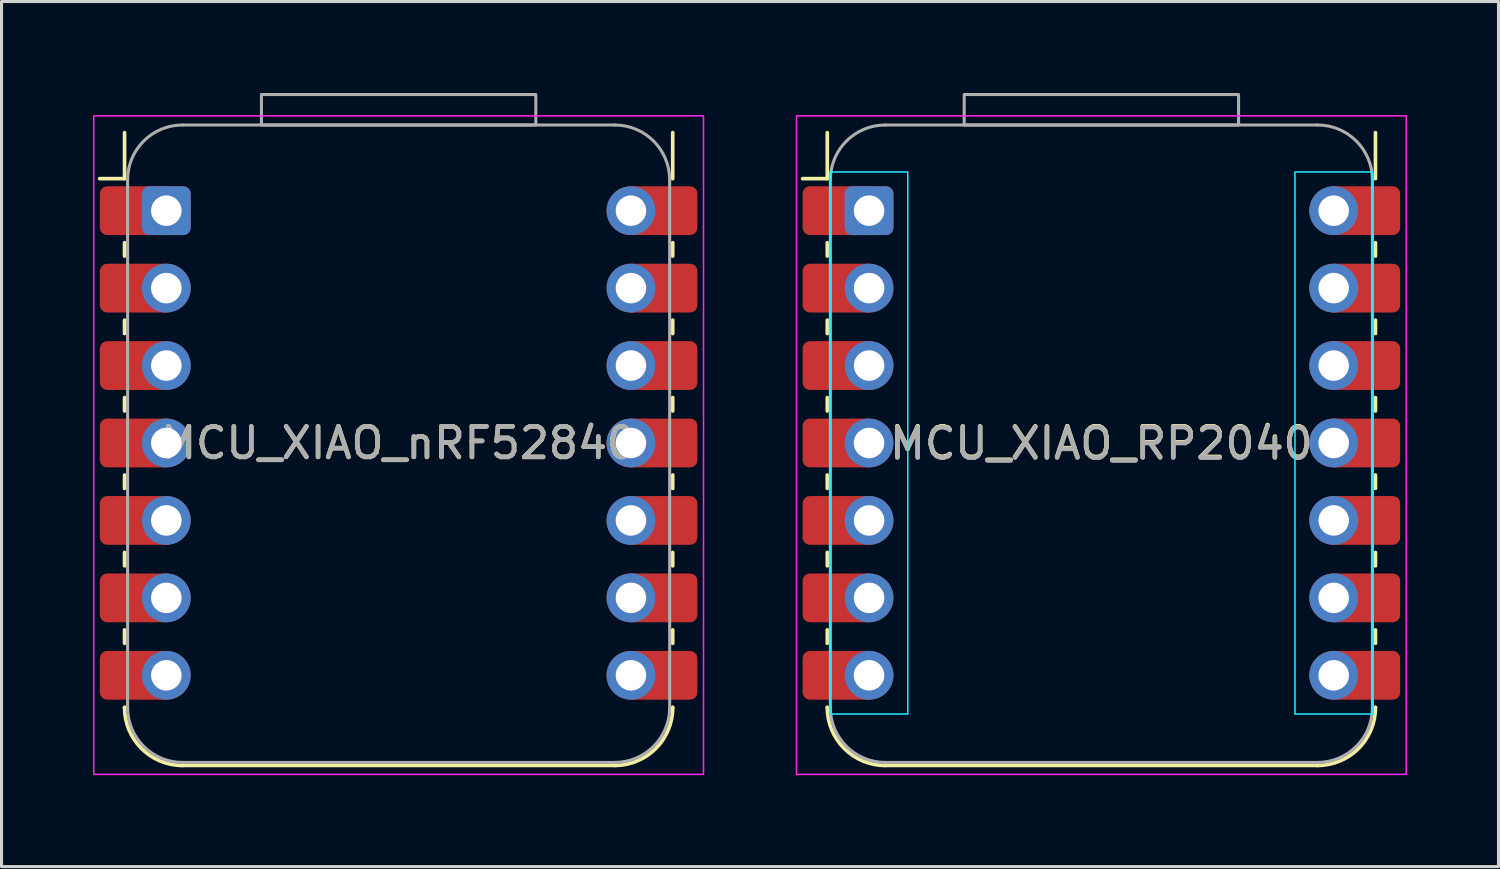
<source format=kicad_pcb>
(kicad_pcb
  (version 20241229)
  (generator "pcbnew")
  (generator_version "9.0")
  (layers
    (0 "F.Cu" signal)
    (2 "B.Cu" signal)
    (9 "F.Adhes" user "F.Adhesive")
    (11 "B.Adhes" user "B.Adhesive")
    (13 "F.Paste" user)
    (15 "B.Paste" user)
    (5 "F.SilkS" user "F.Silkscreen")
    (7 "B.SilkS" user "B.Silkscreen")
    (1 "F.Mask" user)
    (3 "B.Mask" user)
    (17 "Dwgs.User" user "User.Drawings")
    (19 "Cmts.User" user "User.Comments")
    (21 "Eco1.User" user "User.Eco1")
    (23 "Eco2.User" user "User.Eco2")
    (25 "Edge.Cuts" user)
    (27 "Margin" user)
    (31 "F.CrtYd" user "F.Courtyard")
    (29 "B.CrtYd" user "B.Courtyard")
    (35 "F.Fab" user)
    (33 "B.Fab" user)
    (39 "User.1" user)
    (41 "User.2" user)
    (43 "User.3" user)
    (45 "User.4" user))
  (footprint "MCU_XIAO_nRF52840"
    (layer "F.Cu")
    (at 10.025 3.86)
    (property "Reference" "MCU_XIAO_nRF52840" (at 0 7.62 0) (layer "F.SilkS") (effects (font (size 1 1) (thickness 0.15))))
    (attr through_hole exclude_from_pos_files exclude_from_bom)
    (fp_line (start -8.995 -1.05) (end -9.805 -1.05) (stroke (width 0.12) (type default)) (layer "F.SilkS"))
    (fp_line (start -8.99 -1.05) (end -8.99 -2.56) (stroke (width 0.12) (type default)) (layer "F.SilkS"))
    (fp_line (start -8.99 1.49) (end -8.99 1.05) (stroke (width 0.12) (type default)) (layer "F.SilkS"))
    (fp_line (start -8.99 4.03) (end -8.99 3.59) (stroke (width 0.12) (type default)) (layer "F.SilkS"))
    (fp_line (start -8.99 6.57) (end -8.99 6.13) (stroke (width 0.12) (type default)) (layer "F.SilkS"))
    (fp_line (start -8.99 9.11) (end -8.99 8.67) (stroke (width 0.12) (type default)) (layer "F.SilkS"))
    (fp_line (start -8.99 11.65) (end -8.99 11.21) (stroke (width 0.12) (type default)) (layer "F.SilkS"))
    (fp_line (start -8.99 13.75) (end -8.99 14.19) (stroke (width 0.12) (type default)) (layer "F.SilkS"))
    (fp_line (start -8.99 16.29) (end -8.99 16.297) (stroke (width 0.12) (type default)) (layer "F.SilkS"))
    (fp_line (start 7.09 18.197) (end -7.09 18.197) (stroke (width 0.12) (type default)) (layer "F.SilkS"))
    (fp_line (start 8.99 -1.05) (end 8.99 -2.56) (stroke (width 0.12) (type default)) (layer "F.SilkS"))
    (fp_line (start 8.99 1.49) (end 8.99 1.05) (stroke (width 0.12) (type default)) (layer "F.SilkS"))
    (fp_line (start 8.99 4.03) (end 8.99 3.59) (stroke (width 0.12) (type default)) (layer "F.SilkS"))
    (fp_line (start 8.99 6.57) (end 8.99 6.13) (stroke (width 0.12) (type default)) (layer "F.SilkS"))
    (fp_line (start 8.99 9.11) (end 8.99 8.67) (stroke (width 0.12) (type default)) (layer "F.SilkS"))
    (fp_line (start 8.99 11.65) (end 8.99 11.21) (stroke (width 0.12) (type default)) (layer "F.SilkS"))
    (fp_line (start 8.99 13.75) (end 8.99 14.19) (stroke (width 0.12) (type default)) (layer "F.SilkS"))
    (fp_line (start 8.99 16.29) (end 8.99 16.297) (stroke (width 0.12) (type default)) (layer "F.SilkS"))
    (fp_arc (start -7.09 18.197499) (mid -8.433503 17.641002) (end -8.99 16.2975) (stroke (width 0.12) (type default)) (layer "F.SilkS"))
    (fp_arc (start 8.989999 16.297499) (mid 8.433502 17.641002) (end 7.09 18.197499) (stroke (width 0.12) (type default)) (layer "F.SilkS"))
    (fp_rect (start -10 -3.11) (end 10 18.49) (stroke (width 0.05) (type solid)) (fill no) (layer "F.CrtYd"))
    (fp_line (start -8.89 16.297) (end -8.89 -1.01) (stroke (width 0.1) (type default)) (layer "F.Fab"))
    (fp_line (start -7.09 -2.81) (end 7.09 -2.81) (stroke (width 0.1) (type default)) (layer "F.Fab"))
    (fp_line (start 7.09 18.098) (end -7.09 18.098) (stroke (width 0.1) (type default)) (layer "F.Fab"))
    (fp_line (start 8.89 -1.01) (end 8.89 16.297) (stroke (width 0.1) (type default)) (layer "F.Fab"))
    (fp_rect (start -4.5 -3.81) (end 4.5 -2.81) (stroke (width 0.1) (type default)) (fill no) (layer "F.Fab"))
    (fp_arc (start -8.890001 -1.01) (mid -8.362793 -2.282792) (end -7.090001 -2.81) (stroke (width 0.1) (type default)) (layer "F.Fab"))
    (fp_arc (start -7.090001 18.0975) (mid -8.362793 17.570292) (end -8.890001 16.2975) (stroke (width 0.1) (type default)) (layer "F.Fab"))
    (fp_arc (start 7.089999 -2.81) (mid 8.362791 -2.282792) (end 8.889999 -1.01) (stroke (width 0.1) (type default)) (layer "F.Fab"))
    (fp_arc (start 8.889999 16.2975) (mid 8.362791 17.570292) (end 7.089999 18.0975) (stroke (width 0.1) (type default)) (layer "F.Fab"))
    (fp_text user "${REFERENCE}" (at 0 7.62 0) (layer "F.Fab") (effects (font (size 1 1) (thickness 0.15))))
    (pad "1" smd roundrect (at -8.2 0) (size 2.4 1.6) (drill (offset -0.4 0)) (layers "F.Cu" "F.Mask" "F.Paste") (roundrect_rratio 0.15))
    (pad "1" thru_hole roundrect (at -7.62 0 90) (size 1.6 1.6) (drill 1) (layers "*.Cu" "*.Mask") (roundrect_rratio 0.15))
    (pad "2" smd roundrect (at -8.2 2.54) (size 2.4 1.6) (drill (offset -0.4 0)) (layers "F.Cu" "F.Mask" "F.Paste") (roundrect_rratio 0.15))
    (pad "2" thru_hole circle (at -7.62 2.54 90) (size 1.6 1.6) (drill 1) (layers "*.Cu" "*.Mask"))
    (pad "3" smd roundrect (at -8.2 5.08) (size 2.4 1.6) (drill (offset -0.4 0)) (layers "F.Cu" "F.Mask" "F.Paste") (roundrect_rratio 0.15))
    (pad "3" thru_hole circle (at -7.62 5.08 90) (size 1.6 1.6) (drill 1) (layers "*.Cu" "*.Mask"))
    (pad "4" smd roundrect (at -8.2 7.62) (size 2.4 1.6) (drill (offset -0.4 0)) (layers "F.Cu" "F.Mask" "F.Paste") (roundrect_rratio 0.15))
    (pad "4" thru_hole circle (at -7.62 7.62 90) (size 1.6 1.6) (drill 1) (layers "*.Cu" "*.Mask"))
    (pad "5" smd roundrect (at -8.2 10.16) (size 2.4 1.6) (drill (offset -0.4 0)) (layers "F.Cu" "F.Mask" "F.Paste") (roundrect_rratio 0.15))
    (pad "5" thru_hole circle (at -7.62 10.16 90) (size 1.6 1.6) (drill 1) (layers "*.Cu" "*.Mask"))
    (pad "6" smd roundrect (at -8.2 12.7) (size 2.4 1.6) (drill (offset -0.4 0)) (layers "F.Cu" "F.Mask" "F.Paste") (roundrect_rratio 0.15))
    (pad "6" thru_hole circle (at -7.62 12.7 90) (size 1.6 1.6) (drill 1) (layers "*.Cu" "*.Mask"))
    (pad "7" smd roundrect (at -8.2 15.24) (size 2.4 1.6) (drill (offset -0.4 0)) (layers "F.Cu" "F.Mask" "F.Paste") (roundrect_rratio 0.15))
    (pad "7" thru_hole circle (at -7.62 15.24 90) (size 1.6 1.6) (drill 1) (layers "*.Cu" "*.Mask"))
    (pad "8" thru_hole circle (at 7.62 15.24 90) (size 1.6 1.6) (drill 1) (layers "*.Cu" "*.Mask"))
    (pad "8" smd roundrect (at 8.2 15.24) (size 2.4 1.6) (drill (offset 0.4 0)) (layers "F.Cu" "F.Mask" "F.Paste") (roundrect_rratio 0.15))
    (pad "9" thru_hole circle (at 7.62 12.7 90) (size 1.6 1.6) (drill 1) (layers "*.Cu" "*.Mask"))
    (pad "9" smd roundrect (at 8.2 12.7) (size 2.4 1.6) (drill (offset 0.4 0)) (layers "F.Cu" "F.Mask" "F.Paste") (roundrect_rratio 0.15))
    (pad "10" thru_hole circle (at 7.62 10.16 90) (size 1.6 1.6) (drill 1) (layers "*.Cu" "*.Mask"))
    (pad "10" smd roundrect (at 8.2 10.16) (size 2.4 1.6) (drill (offset 0.4 0)) (layers "F.Cu" "F.Mask" "F.Paste") (roundrect_rratio 0.15))
    (pad "11" thru_hole circle (at 7.62 7.62 90) (size 1.6 1.6) (drill 1) (layers "*.Cu" "*.Mask"))
    (pad "11" smd roundrect (at 8.2 7.62) (size 2.4 1.6) (drill (offset 0.4 0)) (layers "F.Cu" "F.Mask" "F.Paste") (roundrect_rratio 0.15))
    (pad "12" thru_hole circle (at 7.62 5.08 90) (size 1.6 1.6) (drill 1) (layers "*.Cu" "*.Mask"))
    (pad "12" smd roundrect (at 8.2 5.08) (size 2.4 1.6) (drill (offset 0.4 0)) (layers "F.Cu" "F.Mask" "F.Paste") (roundrect_rratio 0.15))
    (pad "13" thru_hole circle (at 7.62 2.54 90) (size 1.6 1.6) (drill 1) (layers "*.Cu" "*.Mask"))
    (pad "13" smd roundrect (at 8.2 2.54) (size 2.4 1.6) (drill (offset 0.4 0)) (layers "F.Cu" "F.Mask" "F.Paste") (roundrect_rratio 0.15))
    (pad "14" thru_hole circle (at 7.62 0 90) (size 1.6 1.6) (drill 1) (layers "*.Cu" "*.Mask"))
    (pad "14" smd roundrect (at 8.2 0) (size 2.4 1.6) (drill (offset 0.4 0)) (layers "F.Cu" "F.Mask" "F.Paste") (roundrect_rratio 0.15))
    (zone (net_name "") (layer "F.Cu") (hatch edge 0.5) (connect_pads) (min_thickness 0.25) (filled_areas_thickness no) (keepout (tracks allowed) (vias not_allowed) (pads not_allowed) (copperpour allowed) (footprints allowed)) (placement (enabled no)) (fill) (polygon (pts (xy 4.33 8.582) (xy 6.83 8.582) (xy 6.83 11.838) (xy 4.33 11.838))))
    (zone (net_name "") (layer "F.Cu") (hatch edge 0.5) (connect_pads) (min_thickness 0.25) (filled_areas_thickness no) (keepout (tracks allowed) (vias not_allowed) (pads not_allowed) (copperpour allowed) (footprints allowed)) (placement (enabled no)) (fill) (polygon (pts (xy 7.855 2.007) (xy 12.195 2.007) (xy 12.195 6.348) (xy 7.855 6.348))))
    (zone (net_name "") (layer "F.Cu") (hatch edge 0.5) (connect_pads) (min_thickness 0.25) (filled_areas_thickness no) (keepout (tracks allowed) (vias not_allowed) (pads not_allowed) (copperpour allowed) (footprints allowed)) (placement (enabled no)) (fill) (polygon (pts (xy 13.16 19.438) (xy 16.415 19.438) (xy 16.415 21.938) (xy 13.16 21.938)))))
  (footprint "MCU_XIAO_RP2040"
    (layer "F.Cu")
    (at 33.075 3.86)
    (property "Reference" "MCU_XIAO_RP2040" (at 0 7.62 0) (layer "F.SilkS") (effects (font (size 1 1) (thickness 0.15))))
    (attr through_hole exclude_from_pos_files exclude_from_bom)
    (fp_line (start -8.99 -1.05) (end -9.8 -1.05) (stroke (width 0.12) (type default)) (layer "F.SilkS"))
    (fp_line (start -8.99 -1.05) (end -8.99 -2.56) (stroke (width 0.12) (type default)) (layer "F.SilkS"))
    (fp_line (start -8.99 1.49) (end -8.99 1.05) (stroke (width 0.12) (type default)) (layer "F.SilkS"))
    (fp_line (start -8.99 4.03) (end -8.99 3.59) (stroke (width 0.12) (type default)) (layer "F.SilkS"))
    (fp_line (start -8.99 6.57) (end -8.99 6.13) (stroke (width 0.12) (type default)) (layer "F.SilkS"))
    (fp_line (start -8.99 9.11) (end -8.99 8.67) (stroke (width 0.12) (type default)) (layer "F.SilkS"))
    (fp_line (start -8.99 11.65) (end -8.99 11.21) (stroke (width 0.12) (type default)) (layer "F.SilkS"))
    (fp_line (start -8.99 13.75) (end -8.99 14.19) (stroke (width 0.12) (type default)) (layer "F.SilkS"))
    (fp_line (start -8.99 16.29) (end -8.99 16.297) (stroke (width 0.12) (type default)) (layer "F.SilkS"))
    (fp_line (start 7.09 18.197) (end -7.09 18.197) (stroke (width 0.12) (type default)) (layer "F.SilkS"))
    (fp_line (start 8.99 -1.05) (end 8.99 -2.56) (stroke (width 0.12) (type default)) (layer "F.SilkS"))
    (fp_line (start 8.99 1.49) (end 8.99 1.05) (stroke (width 0.12) (type default)) (layer "F.SilkS"))
    (fp_line (start 8.99 4.03) (end 8.99 3.59) (stroke (width 0.12) (type default)) (layer "F.SilkS"))
    (fp_line (start 8.99 6.57) (end 8.99 6.13) (stroke (width 0.12) (type default)) (layer "F.SilkS"))
    (fp_line (start 8.99 9.11) (end 8.99 8.67) (stroke (width 0.12) (type default)) (layer "F.SilkS"))
    (fp_line (start 8.99 11.65) (end 8.99 11.21) (stroke (width 0.12) (type default)) (layer "F.SilkS"))
    (fp_line (start 8.99 13.75) (end 8.99 14.19) (stroke (width 0.12) (type default)) (layer "F.SilkS"))
    (fp_line (start 8.99 16.29) (end 8.99 16.297) (stroke (width 0.12) (type default)) (layer "F.SilkS"))
    (fp_arc (start -7.09 18.197499) (mid -8.433503 17.641002) (end -8.99 16.2975) (stroke (width 0.12) (type default)) (layer "F.SilkS"))
    (fp_arc (start 8.989999 16.297499) (mid 8.433502 17.641002) (end 7.09 18.197499) (stroke (width 0.12) (type default)) (layer "F.SilkS"))
    (fp_rect (start -6.35 -1.27) (end -8.89 16.51) (stroke (width 0.05) (type default)) (fill no) (layer "B.CrtYd"))
    (fp_rect (start 8.89 -1.27) (end 6.35 16.51) (stroke (width 0.05) (type default)) (fill no) (layer "B.CrtYd"))
    (fp_rect (start -10 -3.11) (end 10 18.49) (stroke (width 0.05) (type solid)) (fill no) (layer "F.CrtYd"))
    (fp_line (start -8.89 16.297) (end -8.89 -1.01) (stroke (width 0.1) (type default)) (layer "F.Fab"))
    (fp_line (start -7.09 -2.81) (end 7.09 -2.81) (stroke (width 0.1) (type default)) (layer "F.Fab"))
    (fp_line (start 7.09 18.098) (end -7.09 18.098) (stroke (width 0.1) (type default)) (layer "F.Fab"))
    (fp_line (start 8.89 -1.01) (end 8.89 16.297) (stroke (width 0.1) (type default)) (layer "F.Fab"))
    (fp_rect (start -4.5 -3.81) (end 4.5 -2.81) (stroke (width 0.1) (type default)) (fill no) (layer "F.Fab"))
    (fp_arc (start -8.890001 -1.01) (mid -8.362793 -2.282792) (end -7.090001 -2.81) (stroke (width 0.1) (type default)) (layer "F.Fab"))
    (fp_arc (start -7.090001 18.0975) (mid -8.362793 17.570292) (end -8.890001 16.2975) (stroke (width 0.1) (type default)) (layer "F.Fab"))
    (fp_arc (start 7.089999 -2.81) (mid 8.362791 -2.282792) (end 8.889999 -1.01) (stroke (width 0.1) (type default)) (layer "F.Fab"))
    (fp_arc (start 8.889999 16.2975) (mid 8.362791 17.570292) (end 7.089999 18.0975) (stroke (width 0.1) (type default)) (layer "F.Fab"))
    (fp_text user "${REFERENCE}" (at 0 7.644 0) (layer "F.Fab") (effects (font (size 1 1) (thickness 0.15))))
    (pad "1" smd roundrect (at -8.2 0) (size 2.4 1.6) (drill (offset -0.4 0)) (layers "F.Cu" "F.Mask" "F.Paste") (roundrect_rratio 0.15))
    (pad "1" thru_hole roundrect (at -7.62 0 90) (size 1.6 1.6) (drill 1) (layers "*.Cu" "*.Mask") (roundrect_rratio 0.15))
    (pad "2" smd roundrect (at -8.2 2.54) (size 2.4 1.6) (drill (offset -0.4 0)) (layers "F.Cu" "F.Mask" "F.Paste") (roundrect_rratio 0.15))
    (pad "2" thru_hole circle (at -7.62 2.54 90) (size 1.6 1.6) (drill 1) (layers "*.Cu" "*.Mask"))
    (pad "3" smd roundrect (at -8.2 5.08) (size 2.4 1.6) (drill (offset -0.4 0)) (layers "F.Cu" "F.Mask" "F.Paste") (roundrect_rratio 0.15))
    (pad "3" thru_hole circle (at -7.62 5.08 90) (size 1.6 1.6) (drill 1) (layers "*.Cu" "*.Mask"))
    (pad "4" smd roundrect (at -8.2 7.62) (size 2.4 1.6) (drill (offset -0.4 0)) (layers "F.Cu" "F.Mask" "F.Paste") (roundrect_rratio 0.15))
    (pad "4" thru_hole circle (at -7.62 7.62 90) (size 1.6 1.6) (drill 1) (layers "*.Cu" "*.Mask"))
    (pad "5" smd roundrect (at -8.2 10.16) (size 2.4 1.6) (drill (offset -0.4 0)) (layers "F.Cu" "F.Mask" "F.Paste") (roundrect_rratio 0.15))
    (pad "5" thru_hole circle (at -7.62 10.16 90) (size 1.6 1.6) (drill 1) (layers "*.Cu" "*.Mask"))
    (pad "6" smd roundrect (at -8.2 12.7) (size 2.4 1.6) (drill (offset -0.4 0)) (layers "F.Cu" "F.Mask" "F.Paste") (roundrect_rratio 0.15))
    (pad "6" thru_hole circle (at -7.62 12.7 90) (size 1.6 1.6) (drill 1) (layers "*.Cu" "*.Mask"))
    (pad "7" smd roundrect (at -8.2 15.24) (size 2.4 1.6) (drill (offset -0.4 0)) (layers "F.Cu" "F.Mask" "F.Paste") (roundrect_rratio 0.15))
    (pad "7" thru_hole circle (at -7.62 15.24 90) (size 1.6 1.6) (drill 1) (layers "*.Cu" "*.Mask"))
    (pad "8" thru_hole circle (at 7.62 15.24 90) (size 1.6 1.6) (drill 1) (layers "*.Cu" "*.Mask"))
    (pad "8" smd roundrect (at 8.2 15.24) (size 2.4 1.6) (drill (offset 0.4 0)) (layers "F.Cu" "F.Mask" "F.Paste") (roundrect_rratio 0.15))
    (pad "9" thru_hole circle (at 7.62 12.7 90) (size 1.6 1.6) (drill 1) (layers "*.Cu" "*.Mask"))
    (pad "9" smd roundrect (at 8.2 12.7) (size 2.4 1.6) (drill (offset 0.4 0)) (layers "F.Cu" "F.Mask" "F.Paste") (roundrect_rratio 0.15))
    (pad "10" thru_hole circle (at 7.62 10.16 90) (size 1.6 1.6) (drill 1) (layers "*.Cu" "*.Mask"))
    (pad "10" smd roundrect (at 8.2 10.16) (size 2.4 1.6) (drill (offset 0.4 0)) (layers "F.Cu" "F.Mask" "F.Paste") (roundrect_rratio 0.15))
    (pad "11" thru_hole circle (at 7.62 7.62 90) (size 1.6 1.6) (drill 1) (layers "*.Cu" "*.Mask"))
    (pad "11" smd roundrect (at 8.2 7.62) (size 2.4 1.6) (drill (offset 0.4 0)) (layers "F.Cu" "F.Mask" "F.Paste") (roundrect_rratio 0.15))
    (pad "12" thru_hole circle (at 7.62 5.08 90) (size 1.6 1.6) (drill 1) (layers "*.Cu" "*.Mask"))
    (pad "12" smd roundrect (at 8.2 5.08) (size 2.4 1.6) (drill (offset 0.4 0)) (layers "F.Cu" "F.Mask" "F.Paste") (roundrect_rratio 0.15))
    (pad "13" thru_hole circle (at 7.62 2.54 90) (size 1.6 1.6) (drill 1) (layers "*.Cu" "*.Mask"))
    (pad "13" smd roundrect (at 8.2 2.54) (size 2.4 1.6) (drill (offset 0.4 0)) (layers "F.Cu" "F.Mask" "F.Paste") (roundrect_rratio 0.15))
    (pad "14" thru_hole circle (at 7.62 0 90) (size 1.6 1.6) (drill 1) (layers "*.Cu" "*.Mask"))
    (pad "14" smd roundrect (at 8.2 0) (size 2.4 1.6) (drill (offset 0.4 0)) (layers "F.Cu" "F.Mask" "F.Paste") (roundrect_rratio 0.15))
    (zone (net_name "") (layer "F.Cu") (hatch edge 0.5) (connect_pads) (min_thickness 0.25) (filled_areas_thickness no) (keepout (tracks allowed) (vias not_allowed) (pads not_allowed) (copperpour allowed) (footprints allowed)) (placement (enabled no)) (fill) (polygon (pts (xy 30.905 2.007) (xy 35.245 2.007) (xy 35.245 6.348) (xy 30.905 6.348))))
    (zone (net_name "") (layer "F.Cu") (hatch edge 0.5) (connect_pads) (min_thickness 0.25) (filled_areas_thickness no) (keepout (tracks allowed) (vias not_allowed) (pads not_allowed) (copperpour allowed) (footprints allowed)) (placement (enabled no)) (fill) (polygon (pts (xy 31.258 18.866) (xy 35.148 18.866) (xy 35.148 21.366) (xy 31.258 21.366)))))
  (gr_rect
    (start -3 -3)
    (end 46.1 25.375)
    (stroke (width 0.1) (type default))
    (fill no)
    (layer "Edge.Cuts")))
</source>
